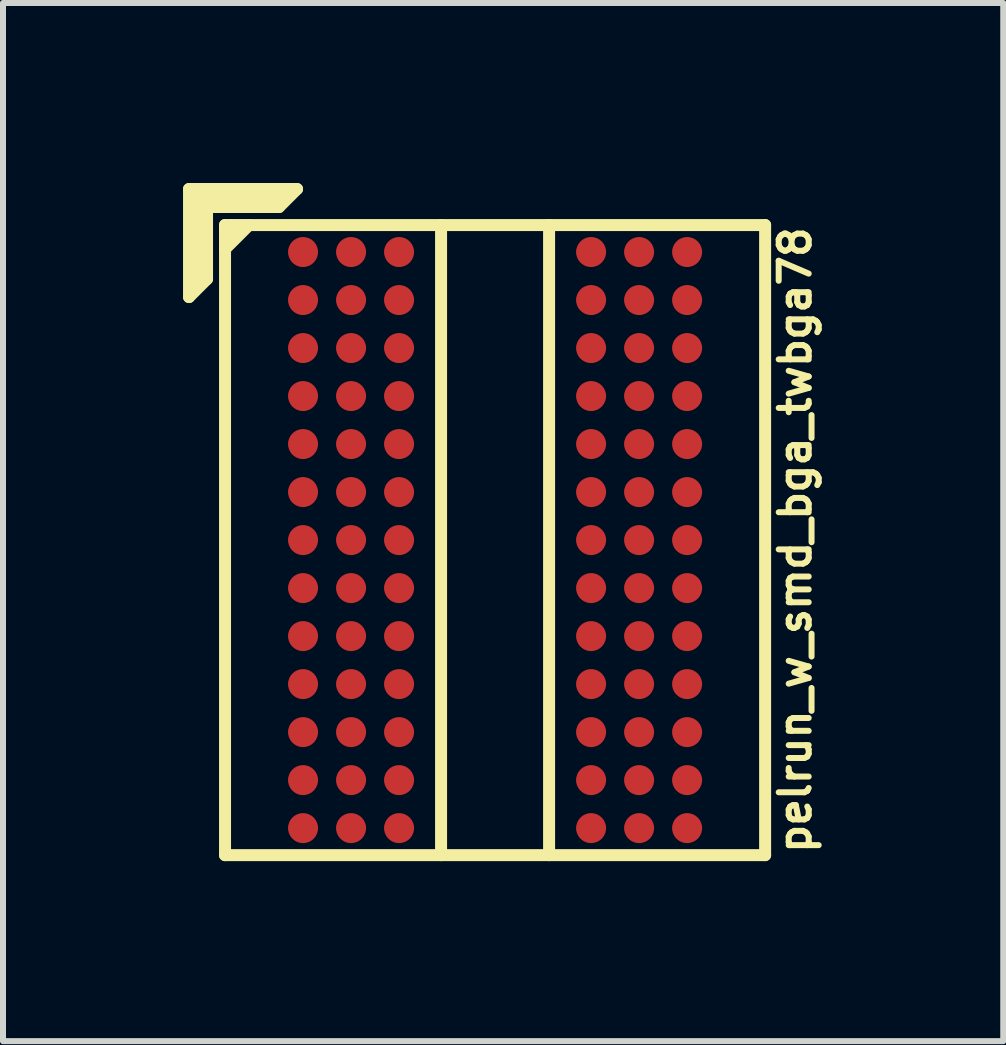
<source format=kicad_pcb>
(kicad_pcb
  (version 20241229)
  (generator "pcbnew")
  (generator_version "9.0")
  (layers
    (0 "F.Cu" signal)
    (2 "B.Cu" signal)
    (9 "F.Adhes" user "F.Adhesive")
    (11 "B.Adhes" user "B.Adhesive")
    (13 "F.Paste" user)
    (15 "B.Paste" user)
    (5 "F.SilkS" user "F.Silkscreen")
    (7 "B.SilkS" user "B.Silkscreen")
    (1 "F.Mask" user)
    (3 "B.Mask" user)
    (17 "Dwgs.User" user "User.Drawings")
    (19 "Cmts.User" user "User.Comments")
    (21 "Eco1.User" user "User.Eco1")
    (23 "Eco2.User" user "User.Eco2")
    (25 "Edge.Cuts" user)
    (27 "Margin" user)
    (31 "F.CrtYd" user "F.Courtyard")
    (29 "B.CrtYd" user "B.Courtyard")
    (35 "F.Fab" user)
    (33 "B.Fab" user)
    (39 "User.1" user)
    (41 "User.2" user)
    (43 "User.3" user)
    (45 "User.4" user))
  (footprint "pelrun_w_smd_bga_twbga78"
    (layer "F.Cu")
    (at 5.2 5.95)
    (property "Reference" "pelrun_w_smd_bga_twbga78" (at 5 0 90) (layer "F.SilkS") (effects (font (size 0.5 0.5) (thickness 0.1))))
    (attr through_hole)
    (fp_line (start -5.1 -5.85) (end -3.3 -5.85) (stroke (width 0.2) (type solid)) (layer "F.SilkS"))
    (fp_line (start -5.1 -4.05) (end -5.1 -5.85) (stroke (width 0.2) (type solid)) (layer "F.SilkS"))
    (fp_line (start -5 -5.75) (end -3.5 -5.75) (stroke (width 0.2) (type solid)) (layer "F.SilkS"))
    (fp_line (start -5 -4.25) (end -5 -5.75) (stroke (width 0.2) (type solid)) (layer "F.SilkS"))
    (fp_line (start -4.9 -5.65) (end -4.9 -4.35) (stroke (width 0.2) (type solid)) (layer "F.SilkS"))
    (fp_line (start -4.8 -5.55) (end -3.6 -5.55) (stroke (width 0.2) (type solid)) (layer "F.SilkS"))
    (fp_line (start -4.8 -4.35) (end -5.1 -4.05) (stroke (width 0.2) (type solid)) (layer "F.SilkS"))
    (fp_line (start -4.8 -4.35) (end -4.8 -5.55) (stroke (width 0.2) (type solid)) (layer "F.SilkS"))
    (fp_line (start -4.5 -5.25) (end 4.5 -5.25) (stroke (width 0.2) (type solid)) (layer "F.SilkS"))
    (fp_line (start -4.5 -5.15) (end -4.4 -5.25) (stroke (width 0.2) (type solid)) (layer "F.SilkS"))
    (fp_line (start -4.5 -4.85) (end -4.1 -5.25) (stroke (width 0.2) (type solid)) (layer "F.SilkS"))
    (fp_line (start -4.5 5.25) (end -4.5 -5.25) (stroke (width 0.2) (type solid)) (layer "F.SilkS"))
    (fp_line (start -4.3 -5.25) (end -4.5 -5.05) (stroke (width 0.2) (type solid)) (layer "F.SilkS"))
    (fp_line (start -4.2 -5.25) (end -4.5 -4.95) (stroke (width 0.2) (type solid)) (layer "F.SilkS"))
    (fp_line (start -3.6 -5.65) (end -4.9 -5.65) (stroke (width 0.2) (type solid)) (layer "F.SilkS"))
    (fp_line (start -3.3 -5.85) (end -3.6 -5.55) (stroke (width 0.2) (type solid)) (layer "F.SilkS"))
    (fp_line (start -0.9 -5.25) (end -0.9 5.25) (stroke (width 0.2) (type solid)) (layer "F.SilkS"))
    (fp_line (start 0.9 5.25) (end 0.9 -5.25) (stroke (width 0.2) (type solid)) (layer "F.SilkS"))
    (fp_line (start 4.5 -5.25) (end 4.5 5.25) (stroke (width 0.2) (type solid)) (layer "F.SilkS"))
    (fp_line (start 4.5 5.25) (end -4.5 5.25) (stroke (width 0.2) (type solid)) (layer "F.SilkS"))
    (pad "A1" smd circle (at -3.2 -4.8) (size 0.5 0.5) (layers "F.Cu" "F.Mask" "F.Paste"))
    (pad "A2" smd circle (at -2.4 -4.8) (size 0.5 0.5) (layers "F.Cu" "F.Mask" "F.Paste"))
    (pad "A3" smd circle (at -1.6 -4.8) (size 0.5 0.5) (layers "F.Cu" "F.Mask" "F.Paste"))
    (pad "A7" smd circle (at 1.6 -4.8) (size 0.5 0.5) (layers "F.Cu" "F.Mask" "F.Paste"))
    (pad "A8" smd circle (at 2.4 -4.8) (size 0.5 0.5) (layers "F.Cu" "F.Mask" "F.Paste"))
    (pad "A9" smd circle (at 3.2 -4.8) (size 0.5 0.5) (layers "F.Cu" "F.Mask" "F.Paste"))
    (pad "B1" smd circle (at -3.2 -4) (size 0.5 0.5) (layers "F.Cu" "F.Mask" "F.Paste"))
    (pad "B2" smd circle (at -2.4 -4) (size 0.5 0.5) (layers "F.Cu" "F.Mask" "F.Paste"))
    (pad "B3" smd circle (at -1.6 -4) (size 0.5 0.5) (layers "F.Cu" "F.Mask" "F.Paste"))
    (pad "B7" smd circle (at 1.6 -4) (size 0.5 0.5) (layers "F.Cu" "F.Mask" "F.Paste"))
    (pad "B8" smd circle (at 2.4 -4) (size 0.5 0.5) (layers "F.Cu" "F.Mask" "F.Paste"))
    (pad "B9" smd circle (at 3.2 -4) (size 0.5 0.5) (layers "F.Cu" "F.Mask" "F.Paste"))
    (pad "C1" smd circle (at -3.2 -3.2) (size 0.5 0.5) (layers "F.Cu" "F.Mask" "F.Paste"))
    (pad "C2" smd circle (at -2.4 -3.2) (size 0.5 0.5) (layers "F.Cu" "F.Mask" "F.Paste"))
    (pad "C3" smd circle (at -1.6 -3.2) (size 0.5 0.5) (layers "F.Cu" "F.Mask" "F.Paste"))
    (pad "C7" smd circle (at 1.6 -3.2) (size 0.5 0.5) (layers "F.Cu" "F.Mask" "F.Paste"))
    (pad "C8" smd circle (at 2.4 -3.2) (size 0.5 0.5) (layers "F.Cu" "F.Mask" "F.Paste"))
    (pad "C9" smd circle (at 3.2 -3.2) (size 0.5 0.5) (layers "F.Cu" "F.Mask" "F.Paste"))
    (pad "D1" smd circle (at -3.2 -2.4) (size 0.5 0.5) (layers "F.Cu" "F.Mask" "F.Paste"))
    (pad "D2" smd circle (at -2.4 -2.4) (size 0.5 0.5) (layers "F.Cu" "F.Mask" "F.Paste"))
    (pad "D3" smd circle (at -1.6 -2.4) (size 0.5 0.5) (layers "F.Cu" "F.Mask" "F.Paste"))
    (pad "D7" smd circle (at 1.6 -2.4) (size 0.5 0.5) (layers "F.Cu" "F.Mask" "F.Paste"))
    (pad "D8" smd circle (at 2.4 -2.4) (size 0.5 0.5) (layers "F.Cu" "F.Mask" "F.Paste"))
    (pad "D9" smd circle (at 3.2 -2.4) (size 0.5 0.5) (layers "F.Cu" "F.Mask" "F.Paste"))
    (pad "E1" smd circle (at -3.2 -1.6) (size 0.5 0.5) (layers "F.Cu" "F.Mask" "F.Paste"))
    (pad "E2" smd circle (at -2.4 -1.6) (size 0.5 0.5) (layers "F.Cu" "F.Mask" "F.Paste"))
    (pad "E3" smd circle (at -1.6 -1.6) (size 0.5 0.5) (layers "F.Cu" "F.Mask" "F.Paste"))
    (pad "E7" smd circle (at 1.6 -1.6) (size 0.5 0.5) (layers "F.Cu" "F.Mask" "F.Paste"))
    (pad "E8" smd circle (at 2.4 -1.6) (size 0.5 0.5) (layers "F.Cu" "F.Mask" "F.Paste"))
    (pad "E9" smd circle (at 3.2 -1.6) (size 0.5 0.5) (layers "F.Cu" "F.Mask" "F.Paste"))
    (pad "F1" smd circle (at -3.2 -0.8) (size 0.5 0.5) (layers "F.Cu" "F.Mask" "F.Paste"))
    (pad "F2" smd circle (at -2.4 -0.8) (size 0.5 0.5) (layers "F.Cu" "F.Mask" "F.Paste"))
    (pad "F3" smd circle (at -1.6 -0.8) (size 0.5 0.5) (layers "F.Cu" "F.Mask" "F.Paste"))
    (pad "F7" smd circle (at 1.6 -0.8) (size 0.5 0.5) (layers "F.Cu" "F.Mask" "F.Paste"))
    (pad "F8" smd circle (at 2.4 -0.8) (size 0.5 0.5) (layers "F.Cu" "F.Mask" "F.Paste"))
    (pad "F9" smd circle (at 3.2 -0.8) (size 0.5 0.5) (layers "F.Cu" "F.Mask" "F.Paste"))
    (pad "G1" smd circle (at -3.2 0) (size 0.5 0.5) (layers "F.Cu" "F.Mask" "F.Paste"))
    (pad "G2" smd circle (at -2.4 0) (size 0.5 0.5) (layers "F.Cu" "F.Mask" "F.Paste"))
    (pad "G3" smd circle (at -1.6 0) (size 0.5 0.5) (layers "F.Cu" "F.Mask" "F.Paste"))
    (pad "G7" smd circle (at 1.6 0) (size 0.5 0.5) (layers "F.Cu" "F.Mask" "F.Paste"))
    (pad "G8" smd circle (at 2.4 0) (size 0.5 0.5) (layers "F.Cu" "F.Mask" "F.Paste"))
    (pad "G9" smd circle (at 3.2 0) (size 0.5 0.5) (layers "F.Cu" "F.Mask" "F.Paste"))
    (pad "H1" smd circle (at -3.2 0.8) (size 0.5 0.5) (layers "F.Cu" "F.Mask" "F.Paste"))
    (pad "H2" smd circle (at -2.4 0.8) (size 0.5 0.5) (layers "F.Cu" "F.Mask" "F.Paste"))
    (pad "H3" smd circle (at -1.6 0.8) (size 0.5 0.5) (layers "F.Cu" "F.Mask" "F.Paste"))
    (pad "H7" smd circle (at 1.6 0.8) (size 0.5 0.5) (layers "F.Cu" "F.Mask" "F.Paste"))
    (pad "H8" smd circle (at 2.4 0.8) (size 0.5 0.5) (layers "F.Cu" "F.Mask" "F.Paste"))
    (pad "H9" smd circle (at 3.2 0.8) (size 0.5 0.5) (layers "F.Cu" "F.Mask" "F.Paste"))
    (pad "J1" smd circle (at -3.2 1.6) (size 0.5 0.5) (layers "F.Cu" "F.Mask" "F.Paste"))
    (pad "J2" smd circle (at -2.4 1.6) (size 0.5 0.5) (layers "F.Cu" "F.Mask" "F.Paste"))
    (pad "J3" smd circle (at -1.6 1.6) (size 0.5 0.5) (layers "F.Cu" "F.Mask" "F.Paste"))
    (pad "J7" smd circle (at 1.6 1.6) (size 0.5 0.5) (layers "F.Cu" "F.Mask" "F.Paste"))
    (pad "J8" smd circle (at 2.4 1.6) (size 0.5 0.5) (layers "F.Cu" "F.Mask" "F.Paste"))
    (pad "J9" smd circle (at 3.2 1.6) (size 0.5 0.5) (layers "F.Cu" "F.Mask" "F.Paste"))
    (pad "K1" smd circle (at -3.2 2.4) (size 0.5 0.5) (layers "F.Cu" "F.Mask" "F.Paste"))
    (pad "K2" smd circle (at -2.4 2.4) (size 0.5 0.5) (layers "F.Cu" "F.Mask" "F.Paste"))
    (pad "K3" smd circle (at -1.6 2.4) (size 0.5 0.5) (layers "F.Cu" "F.Mask" "F.Paste"))
    (pad "K7" smd circle (at 1.6 2.4) (size 0.5 0.5) (layers "F.Cu" "F.Mask" "F.Paste"))
    (pad "K8" smd circle (at 2.4 2.4) (size 0.5 0.5) (layers "F.Cu" "F.Mask" "F.Paste"))
    (pad "K9" smd circle (at 3.2 2.4) (size 0.5 0.5) (layers "F.Cu" "F.Mask" "F.Paste"))
    (pad "L1" smd circle (at -3.2 3.2) (size 0.5 0.5) (layers "F.Cu" "F.Mask" "F.Paste"))
    (pad "L2" smd circle (at -2.4 3.2) (size 0.5 0.5) (layers "F.Cu" "F.Mask" "F.Paste"))
    (pad "L3" smd circle (at -1.6 3.2) (size 0.5 0.5) (layers "F.Cu" "F.Mask" "F.Paste"))
    (pad "L7" smd circle (at 1.6 3.2) (size 0.5 0.5) (layers "F.Cu" "F.Mask" "F.Paste"))
    (pad "L8" smd circle (at 2.4 3.2) (size 0.5 0.5) (layers "F.Cu" "F.Mask" "F.Paste"))
    (pad "L9" smd circle (at 3.2 3.2) (size 0.5 0.5) (layers "F.Cu" "F.Mask" "F.Paste"))
    (pad "M1" smd circle (at -3.2 4) (size 0.5 0.5) (layers "F.Cu" "F.Mask" "F.Paste"))
    (pad "M2" smd circle (at -2.4 4) (size 0.5 0.5) (layers "F.Cu" "F.Mask" "F.Paste"))
    (pad "M3" smd circle (at -1.6 4) (size 0.5 0.5) (layers "F.Cu" "F.Mask" "F.Paste"))
    (pad "M7" smd circle (at 1.6 4) (size 0.5 0.5) (layers "F.Cu" "F.Mask" "F.Paste"))
    (pad "M8" smd circle (at 2.4 4) (size 0.5 0.5) (layers "F.Cu" "F.Mask" "F.Paste"))
    (pad "M9" smd circle (at 3.2 4) (size 0.5 0.5) (layers "F.Cu" "F.Mask" "F.Paste"))
    (pad "N1" smd circle (at -3.2 4.8) (size 0.5 0.5) (layers "F.Cu" "F.Mask" "F.Paste"))
    (pad "N2" smd circle (at -2.4 4.8) (size 0.5 0.5) (layers "F.Cu" "F.Mask" "F.Paste"))
    (pad "N3" smd circle (at -1.6 4.8) (size 0.5 0.5) (layers "F.Cu" "F.Mask" "F.Paste"))
    (pad "N7" smd circle (at 1.6 4.8) (size 0.5 0.5) (layers "F.Cu" "F.Mask" "F.Paste"))
    (pad "N8" smd circle (at 2.4 4.8) (size 0.5 0.5) (layers "F.Cu" "F.Mask" "F.Paste"))
    (pad "N9" smd circle (at 3.2 4.8) (size 0.5 0.5) (layers "F.Cu" "F.Mask" "F.Paste")))
  (gr_rect
    (start -3 -3)
    (end 13.668 14.3)
    (stroke (width 0.1) (type default))
    (fill no)
    (layer "Edge.Cuts")))
</source>
